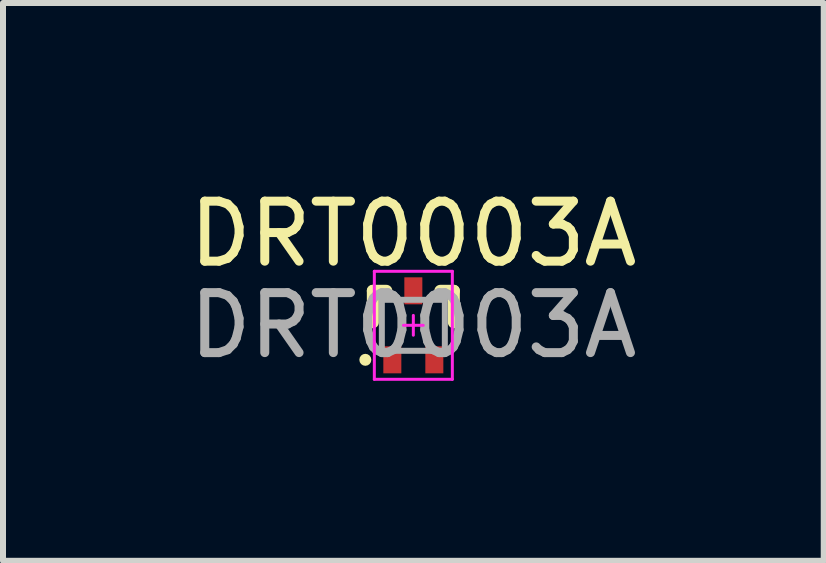
<source format=kicad_pcb>
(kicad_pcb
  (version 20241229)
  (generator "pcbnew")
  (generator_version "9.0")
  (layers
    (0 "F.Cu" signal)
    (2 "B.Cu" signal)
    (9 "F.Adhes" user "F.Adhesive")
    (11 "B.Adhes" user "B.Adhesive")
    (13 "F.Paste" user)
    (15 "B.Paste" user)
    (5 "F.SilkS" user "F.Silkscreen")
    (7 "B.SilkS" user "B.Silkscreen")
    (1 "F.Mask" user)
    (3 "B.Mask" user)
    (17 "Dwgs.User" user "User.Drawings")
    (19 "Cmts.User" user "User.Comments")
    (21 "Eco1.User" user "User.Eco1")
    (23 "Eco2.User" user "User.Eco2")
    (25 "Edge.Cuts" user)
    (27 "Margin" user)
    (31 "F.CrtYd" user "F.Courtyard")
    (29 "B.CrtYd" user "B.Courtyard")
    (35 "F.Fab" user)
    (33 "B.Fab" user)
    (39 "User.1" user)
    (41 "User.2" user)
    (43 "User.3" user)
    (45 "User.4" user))
  (footprint "DRT0003A"
    (layer "F.Cu")
    (at 3.839 2.372)
    (property "Reference" "DRT0003A" (at 0 -1.524 0) (unlocked yes) (layer "F.SilkS") (effects (font (size 1 1) (thickness 0.15))))
    (attr smd)
    (fp_line (start -0.675 -0.575) (end -0.45 -0.575) (stroke (width 0.2) (type solid)) (layer "F.SilkS"))
    (fp_line (start -0.675 -0.05) (end -0.675 -0.575) (stroke (width 0.2) (type solid)) (layer "F.SilkS"))
    (fp_line (start 0.45 -0.575) (end 0.675 -0.575) (stroke (width 0.2) (type solid)) (layer "F.SilkS"))
    (fp_line (start 0.675 -0.05) (end 0.675 -0.575) (stroke (width 0.2) (type solid)) (layer "F.SilkS"))
    (fp_circle (center -0.8 0.575) (end -0.75 0.575) (stroke (width 0.1) (type solid)) (fill no) (layer "F.SilkS"))
    (fp_line (start -0.65 -0.9) (end 0.65 -0.9) (stroke (width 0.05) (type solid)) (layer "F.CrtYd"))
    (fp_line (start -0.65 0.9) (end -0.65 -0.9) (stroke (width 0.05) (type solid)) (layer "F.CrtYd"))
    (fp_line (start -0.65 0.9) (end 0.65 0.9) (stroke (width 0.05) (type solid)) (layer "F.CrtYd"))
    (fp_line (start -0.165 0) (end 0.165 0) (stroke (width 0.05) (type solid)) (layer "F.CrtYd"))
    (fp_line (start 0 0.165) (end 0 -0.165) (stroke (width 0.05) (type solid)) (layer "F.CrtYd"))
    (fp_line (start 0.65 0.9) (end 0.65 -0.9) (stroke (width 0.05) (type solid)) (layer "F.CrtYd"))
    (fp_line (start -0.525 -0.425) (end 0.525 -0.425) (stroke (width 0.1) (type solid)) (layer "F.Fab"))
    (fp_line (start -0.525 0.425) (end -0.525 -0.425) (stroke (width 0.1) (type solid)) (layer "F.Fab"))
    (fp_line (start -0.525 0.425) (end 0.525 0.425) (stroke (width 0.1) (type solid)) (layer "F.Fab"))
    (fp_line (start 0.525 0.425) (end 0.525 -0.425) (stroke (width 0.1) (type solid)) (layer "F.Fab"))
    (fp_text user "${REFERENCE}" (at 0 0 0) (unlocked yes) (layer "F.Fab") (effects (font (size 1 1) (thickness 0.15))))
    (pad "1" smd rect (at -0.35 0.575) (size 0.3 0.45) (layers "F.Cu" "F.Mask" "F.Paste"))
    (pad "2" smd rect (at 0.35 0.575) (size 0.3 0.45) (layers "F.Cu" "F.Mask" "F.Paste"))
    (pad "3" smd rect (at 0 -0.575) (size 0.3 0.45) (layers "F.Cu" "F.Mask" "F.Paste")))
  (gr_rect
    (start -3 -3)
    (end 10.679 6.297)
    (stroke (width 0.1) (type default))
    (fill no)
    (layer "Edge.Cuts")))
</source>
